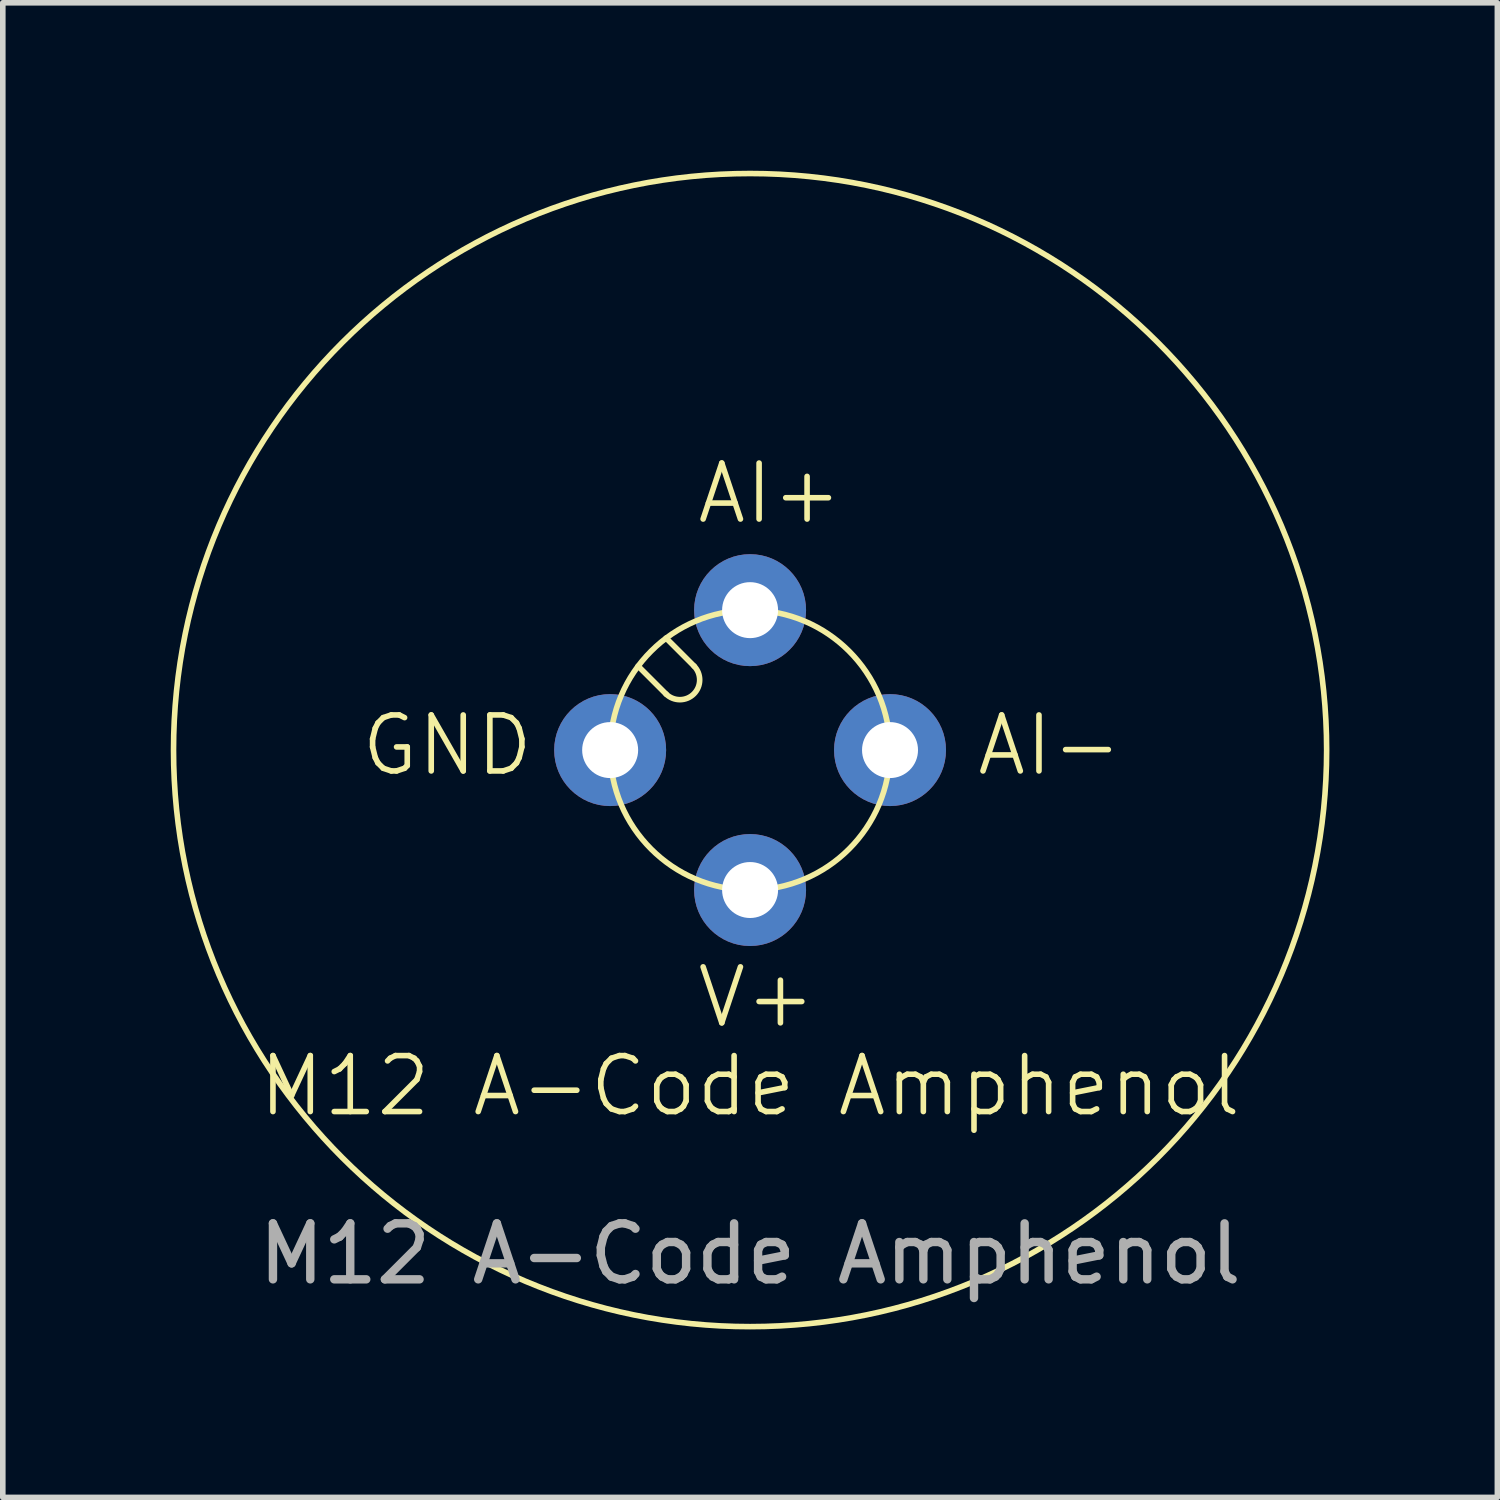
<source format=kicad_pcb>
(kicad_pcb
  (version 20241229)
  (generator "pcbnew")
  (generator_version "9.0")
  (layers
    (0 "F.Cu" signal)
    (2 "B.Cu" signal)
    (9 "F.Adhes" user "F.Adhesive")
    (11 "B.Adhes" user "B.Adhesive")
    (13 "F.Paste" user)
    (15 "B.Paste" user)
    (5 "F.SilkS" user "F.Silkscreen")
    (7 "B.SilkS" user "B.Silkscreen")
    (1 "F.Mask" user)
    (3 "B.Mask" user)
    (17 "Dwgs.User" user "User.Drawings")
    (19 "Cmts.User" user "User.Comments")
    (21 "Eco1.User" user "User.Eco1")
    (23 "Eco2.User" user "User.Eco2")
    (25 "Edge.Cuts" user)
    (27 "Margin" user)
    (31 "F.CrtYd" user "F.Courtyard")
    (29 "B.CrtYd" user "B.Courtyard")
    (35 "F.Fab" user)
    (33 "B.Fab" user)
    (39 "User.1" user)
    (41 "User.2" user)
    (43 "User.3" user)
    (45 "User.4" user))
  (footprint "M12 A-Code Amphenol"
    (layer "F.Cu")
    (at 10.35 10.35)
    (property "Reference" "M12 A-Code Amphenol" (at 0 6 0) (unlocked yes) (layer "F.SilkS") (effects (font (size 1 1) (thickness 0.1))))
    (attr smd)
    (fp_line (start -1.5 -2) (end -1 -1.5) (stroke (width 0.1) (type default)) (layer "F.SilkS"))
    (fp_line (start -1.5 -1) (end -2 -1.5) (stroke (width 0.1) (type default)) (layer "F.SilkS"))
    (fp_arc (start -1 -1.5) (mid -1 -1) (end -1.5 -1) (stroke (width 0.1) (type default)) (layer "F.SilkS"))
    (fp_circle (center 0 0) (end 2.5 0) (stroke (width 0.1) (type solid)) (fill no) (layer "F.SilkS"))
    (fp_circle (center 0 0) (end 10.3 0) (stroke (width 0.1) (type solid)) (fill no) (layer "F.SilkS"))
    (fp_text user "AI-" (at 4 0.5 0) (unlocked yes) (layer "F.SilkS") (effects (font (size 1 1) (thickness 0.1)) (justify left bottom)))
    (fp_text user "GND" (at -7 0.5 0) (unlocked yes) (layer "F.SilkS") (effects (font (size 1 1) (thickness 0.1)) (justify left bottom)))
    (fp_text user "AI+" (at -1 -4 0) (unlocked yes) (layer "F.SilkS") (effects (font (size 1 1) (thickness 0.1)) (justify left bottom)))
    (fp_text user "V+" (at -1 5 0) (unlocked yes) (layer "F.SilkS") (effects (font (size 1 1) (thickness 0.1)) (justify left bottom)))
    (fp_text user "${REFERENCE}" (at 0 9 0) (unlocked yes) (layer "F.Fab") (effects (font (size 1 1) (thickness 0.15))))
    (pad "1" thru_hole circle (at 0 -2.5) (size 2 2) (drill 1) (layers "*.Cu" "*.Mask"))
    (pad "2" thru_hole circle (at 2.5 0) (size 2 2) (drill 1) (layers "*.Cu" "*.Mask"))
    (pad "3" thru_hole circle (at 0 2.5) (size 2 2) (drill 1) (layers "*.Cu" "*.Mask"))
    (pad "4" thru_hole circle (at -2.5 0) (size 2 2) (drill 1) (layers "*.Cu" "*.Mask")))
  (gr_rect
    (start -3 -3)
    (end 23.7 23.7)
    (stroke (width 0.1) (type default))
    (fill no)
    (layer "Edge.Cuts")))
</source>
